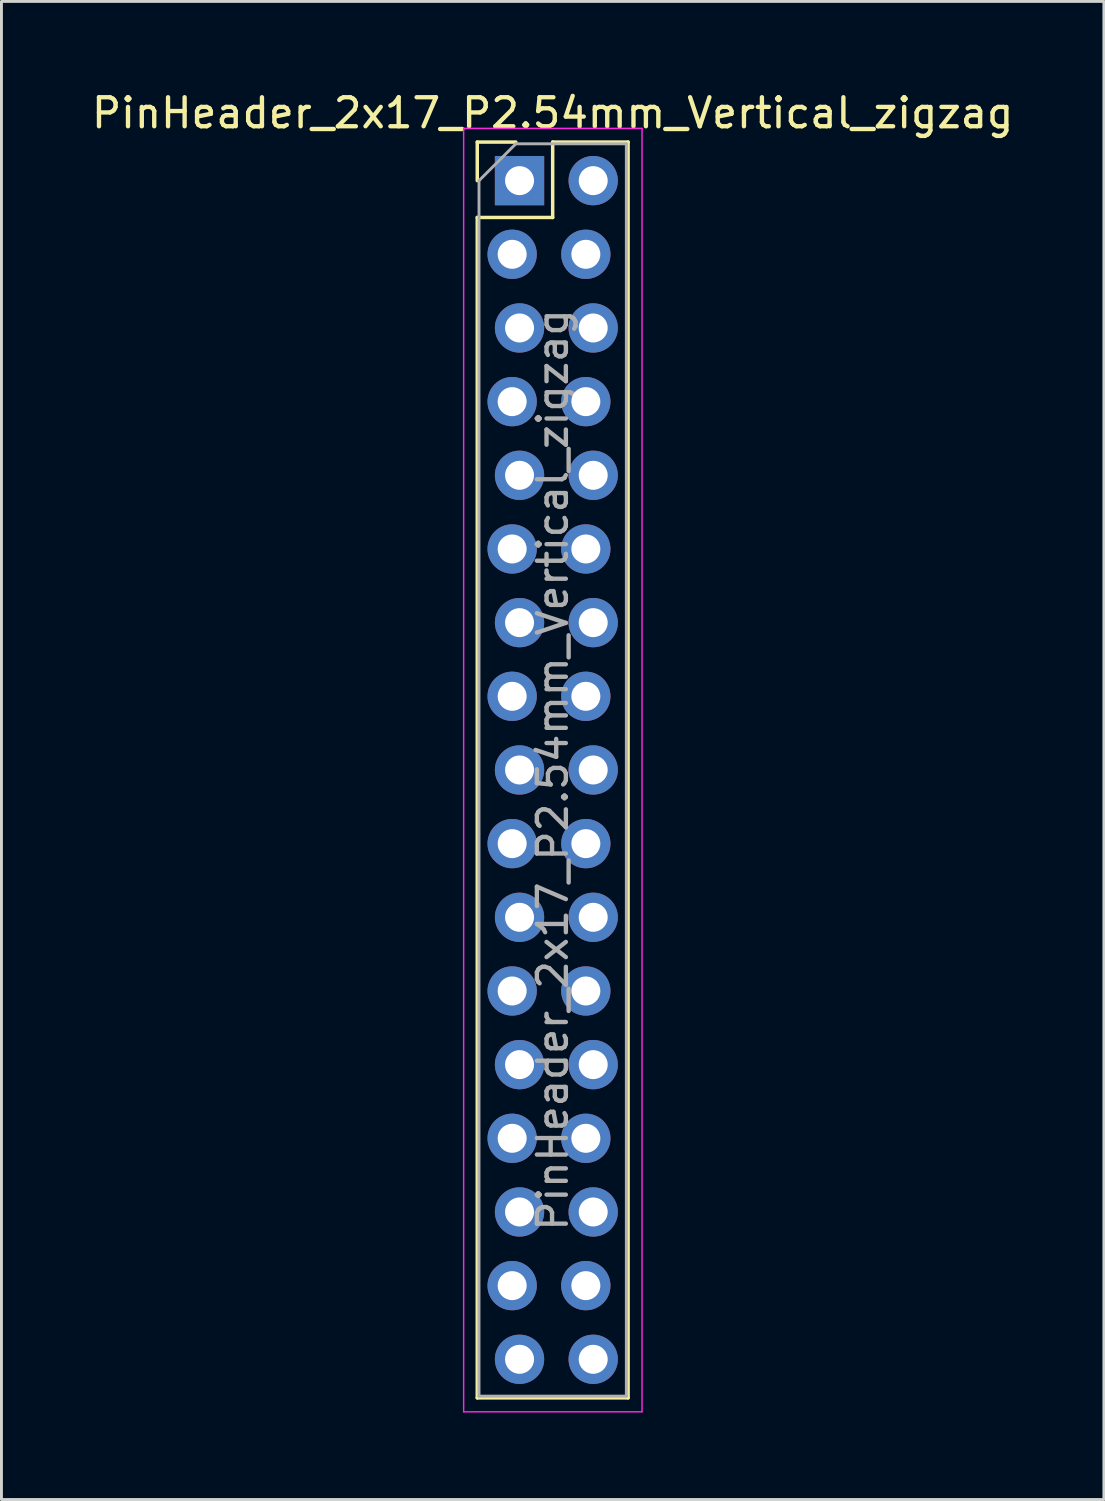
<source format=kicad_pcb>
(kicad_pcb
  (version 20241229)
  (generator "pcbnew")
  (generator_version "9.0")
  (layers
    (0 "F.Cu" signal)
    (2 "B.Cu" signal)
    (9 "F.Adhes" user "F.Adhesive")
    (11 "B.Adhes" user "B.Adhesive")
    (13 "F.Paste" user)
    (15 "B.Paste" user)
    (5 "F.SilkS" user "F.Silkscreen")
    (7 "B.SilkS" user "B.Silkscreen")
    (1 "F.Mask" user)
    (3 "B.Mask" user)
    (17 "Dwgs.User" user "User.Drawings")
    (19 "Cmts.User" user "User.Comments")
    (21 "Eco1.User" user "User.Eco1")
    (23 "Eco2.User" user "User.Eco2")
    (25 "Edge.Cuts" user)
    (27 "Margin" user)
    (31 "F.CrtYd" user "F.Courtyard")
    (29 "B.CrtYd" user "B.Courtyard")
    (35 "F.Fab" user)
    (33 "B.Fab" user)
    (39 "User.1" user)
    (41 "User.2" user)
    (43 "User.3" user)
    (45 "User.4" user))
  (footprint "PinHeader_2x17_P2.54mm_Vertical_zigzag"
    (layer "F.Cu")
    (at 14.736 3.178)
    (property "Reference" "PinHeader_2x17_P2.54mm_Vertical_zigzag" (at 1.27 -2.33 0) (layer "F.SilkS") (effects (font (size 1 1) (thickness 0.15))))
    (attr through_hole)
    (fp_line (start -1.33 -1.33) (end 0 -1.33) (stroke (width 0.12) (type solid)) (layer "F.SilkS"))
    (fp_line (start -1.33 0) (end -1.33 -1.33) (stroke (width 0.12) (type solid)) (layer "F.SilkS"))
    (fp_line (start -1.33 1.27) (end -1.33 41.97) (stroke (width 0.12) (type solid)) (layer "F.SilkS"))
    (fp_line (start -1.33 1.27) (end 1.27 1.27) (stroke (width 0.12) (type solid)) (layer "F.SilkS"))
    (fp_line (start -1.33 41.97) (end 3.87 41.97) (stroke (width 0.12) (type solid)) (layer "F.SilkS"))
    (fp_line (start 1.27 -1.33) (end 3.87 -1.33) (stroke (width 0.12) (type solid)) (layer "F.SilkS"))
    (fp_line (start 1.27 1.27) (end 1.27 -1.33) (stroke (width 0.12) (type solid)) (layer "F.SilkS"))
    (fp_line (start 3.87 -1.33) (end 3.87 41.97) (stroke (width 0.12) (type solid)) (layer "F.SilkS"))
    (fp_line (start -1.8 -1.8) (end -1.8 42.45) (stroke (width 0.05) (type solid)) (layer "F.CrtYd"))
    (fp_line (start -1.8 42.45) (end 4.35 42.45) (stroke (width 0.05) (type solid)) (layer "F.CrtYd"))
    (fp_line (start 4.35 -1.8) (end -1.8 -1.8) (stroke (width 0.05) (type solid)) (layer "F.CrtYd"))
    (fp_line (start 4.35 42.45) (end 4.35 -1.8) (stroke (width 0.05) (type solid)) (layer "F.CrtYd"))
    (fp_line (start -1.27 0) (end 0 -1.27) (stroke (width 0.1) (type solid)) (layer "F.Fab"))
    (fp_line (start -1.27 41.91) (end -1.27 0) (stroke (width 0.1) (type solid)) (layer "F.Fab"))
    (fp_line (start 0 -1.27) (end 3.81 -1.27) (stroke (width 0.1) (type solid)) (layer "F.Fab"))
    (fp_line (start 3.81 -1.27) (end 3.81 41.91) (stroke (width 0.1) (type solid)) (layer "F.Fab"))
    (fp_line (start 3.81 41.91) (end -1.27 41.91) (stroke (width 0.1) (type solid)) (layer "F.Fab"))
    (fp_text user "${REFERENCE}" (at 1.27 20.32 90) (layer "F.Fab") (effects (font (size 1 1) (thickness 0.15))))
    (pad "1" thru_hole rect (at 0.127 0) (size 1.7 1.7) (drill 1) (layers "*.Cu" "*.Mask"))
    (pad "2" thru_hole oval (at 2.667 0) (size 1.7 1.7) (drill 1) (layers "*.Cu" "*.Mask"))
    (pad "3" thru_hole oval (at -0.127 2.54) (size 1.7 1.7) (drill 1) (layers "*.Cu" "*.Mask"))
    (pad "4" thru_hole oval (at 2.413 2.54) (size 1.7 1.7) (drill 1) (layers "*.Cu" "*.Mask"))
    (pad "5" thru_hole oval (at 0.127 5.08) (size 1.7 1.7) (drill 1) (layers "*.Cu" "*.Mask"))
    (pad "6" thru_hole oval (at 2.667 5.08) (size 1.7 1.7) (drill 1) (layers "*.Cu" "*.Mask"))
    (pad "7" thru_hole oval (at -0.127 7.62) (size 1.7 1.7) (drill 1) (layers "*.Cu" "*.Mask"))
    (pad "8" thru_hole oval (at 2.413 7.62) (size 1.7 1.7) (drill 1) (layers "*.Cu" "*.Mask"))
    (pad "9" thru_hole oval (at 0.127 10.16) (size 1.7 1.7) (drill 1) (layers "*.Cu" "*.Mask"))
    (pad "10" thru_hole oval (at 2.667 10.16) (size 1.7 1.7) (drill 1) (layers "*.Cu" "*.Mask"))
    (pad "11" thru_hole oval (at -0.127 12.7) (size 1.7 1.7) (drill 1) (layers "*.Cu" "*.Mask"))
    (pad "12" thru_hole oval (at 2.413 12.7) (size 1.7 1.7) (drill 1) (layers "*.Cu" "*.Mask"))
    (pad "13" thru_hole oval (at 0.127 15.24) (size 1.7 1.7) (drill 1) (layers "*.Cu" "*.Mask"))
    (pad "14" thru_hole oval (at 2.667 15.24) (size 1.7 1.7) (drill 1) (layers "*.Cu" "*.Mask"))
    (pad "15" thru_hole oval (at -0.127 17.78) (size 1.7 1.7) (drill 1) (layers "*.Cu" "*.Mask"))
    (pad "16" thru_hole oval (at 2.413 17.78) (size 1.7 1.7) (drill 1) (layers "*.Cu" "*.Mask"))
    (pad "17" thru_hole oval (at 0.127 20.32) (size 1.7 1.7) (drill 1) (layers "*.Cu" "*.Mask"))
    (pad "18" thru_hole oval (at 2.667 20.32) (size 1.7 1.7) (drill 1) (layers "*.Cu" "*.Mask"))
    (pad "19" thru_hole oval (at -0.127 22.86) (size 1.7 1.7) (drill 1) (layers "*.Cu" "*.Mask"))
    (pad "20" thru_hole oval (at 2.413 22.86) (size 1.7 1.7) (drill 1) (layers "*.Cu" "*.Mask"))
    (pad "21" thru_hole oval (at 0.127 25.4) (size 1.7 1.7) (drill 1) (layers "*.Cu" "*.Mask"))
    (pad "22" thru_hole oval (at 2.667 25.4) (size 1.7 1.7) (drill 1) (layers "*.Cu" "*.Mask"))
    (pad "23" thru_hole oval (at -0.127 27.94) (size 1.7 1.7) (drill 1) (layers "*.Cu" "*.Mask"))
    (pad "24" thru_hole oval (at 2.413 27.94) (size 1.7 1.7) (drill 1) (layers "*.Cu" "*.Mask"))
    (pad "25" thru_hole oval (at 0.127 30.48) (size 1.7 1.7) (drill 1) (layers "*.Cu" "*.Mask"))
    (pad "26" thru_hole oval (at 2.667 30.48) (size 1.7 1.7) (drill 1) (layers "*.Cu" "*.Mask"))
    (pad "27" thru_hole oval (at -0.127 33.02) (size 1.7 1.7) (drill 1) (layers "*.Cu" "*.Mask"))
    (pad "28" thru_hole oval (at 2.413 33.02) (size 1.7 1.7) (drill 1) (layers "*.Cu" "*.Mask"))
    (pad "29" thru_hole oval (at 0.127 35.56) (size 1.7 1.7) (drill 1) (layers "*.Cu" "*.Mask"))
    (pad "30" thru_hole oval (at 2.667 35.56) (size 1.7 1.7) (drill 1) (layers "*.Cu" "*.Mask"))
    (pad "31" thru_hole oval (at -0.127 38.1) (size 1.7 1.7) (drill 1) (layers "*.Cu" "*.Mask"))
    (pad "32" thru_hole oval (at 2.413 38.1) (size 1.7 1.7) (drill 1) (layers "*.Cu" "*.Mask"))
    (pad "33" thru_hole oval (at 0.127 40.64) (size 1.7 1.7) (drill 1) (layers "*.Cu" "*.Mask"))
    (pad "34" thru_hole oval (at 2.667 40.64) (size 1.7 1.7) (drill 1) (layers "*.Cu" "*.Mask")))
  (gr_rect
    (start -3 -3)
    (end 35.012 48.653)
    (stroke (width 0.1) (type default))
    (fill no)
    (layer "Edge.Cuts")))
</source>
